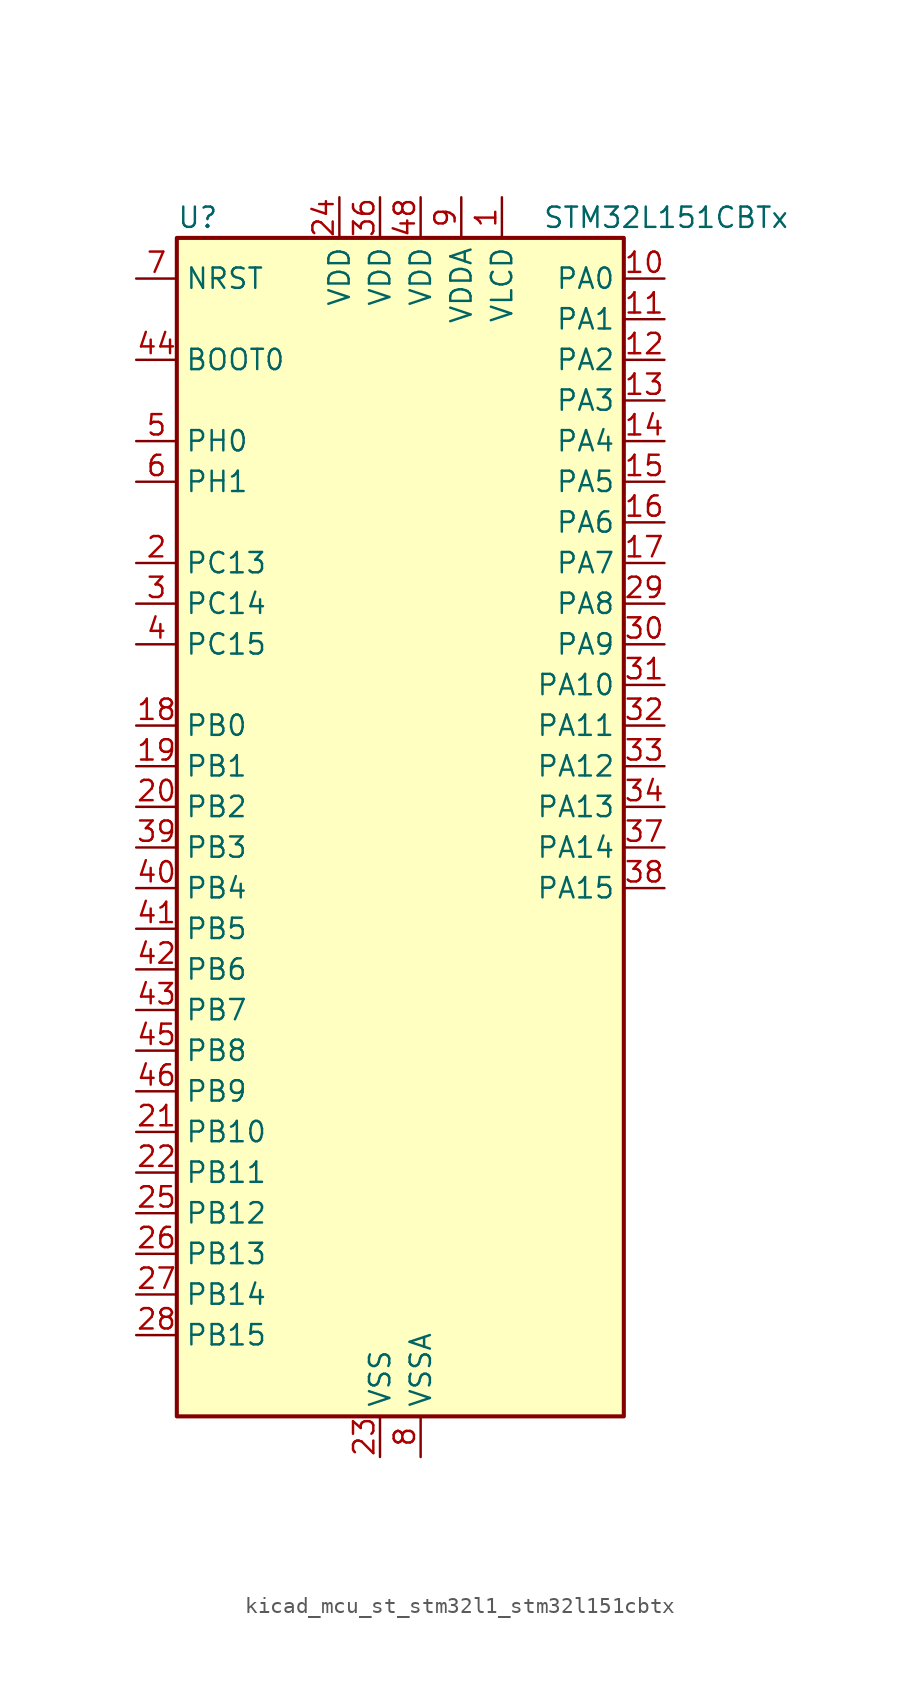
<source format=kicad_sym>
(kicad_symbol_lib
  (version 20220914)
  (generator kicad_symbol_editor)
  (symbol "kicad_mcu_st_stm32l1_stm32l151cbtx"
    (property "Reference" "U"
      (at -12.7 39.37 0)
      (effects (font (size 1.27 1.27)) (justify left)))
    (property "Value" "STM32L151CBTx"
      (at 10.16 39.37 0)
      (effects (font (size 1.27 1.27)) (justify left)))
    (property "ki_locked" ""
      (at 0 0 0)
      (effects (font (size 1.27 1.27))))
    (symbol "kicad_mcu_st_stm32l1_stm32l151cbtx_0_1"
      (rectangle (start -12.7 -35.56) (end 15.24 38.1) (stroke (width 0.254) (type default)) (fill (type background))))
    (symbol "kicad_mcu_st_stm32l1_stm32l151cbtx_1_1"
      (pin power_in line (at 7.62 40.64 270) (length 2.54) (name "VLCD" (effects (font (size 1.27 1.27)))) (number "1" (effects (font (size 1.27 1.27)))))
      (pin bidirectional line (at 17.78 35.56 180) (length 2.54) (name "PA0" (effects (font (size 1.27 1.27)))) (number "10" (effects (font (size 1.27 1.27)))) (alternate "ADC_IN0" bidirectional line) (alternate "COMP1_INP" bidirectional line) (alternate "SYS_WKUP1" bidirectional line) (alternate "TIM2_CH1" bidirectional line) (alternate "TIM2_ETR" bidirectional line) (alternate "TIMX_IC1" bidirectional line) (alternate "TS_G1_IO1" bidirectional line) (alternate "USART2_CTS" bidirectional line))
      (pin bidirectional line (at 17.78 33.02 180) (length 2.54) (name "PA1" (effects (font (size 1.27 1.27)))) (number "11" (effects (font (size 1.27 1.27)))) (alternate "ADC_IN1" bidirectional line) (alternate "COMP1_INP" bidirectional line) (alternate "TIM2_CH2" bidirectional line) (alternate "TIMX_IC2" bidirectional line) (alternate "TS_G1_IO2" bidirectional line) (alternate "USART2_RTS" bidirectional line))
      (pin bidirectional line (at 17.78 30.48 180) (length 2.54) (name "PA2" (effects (font (size 1.27 1.27)))) (number "12" (effects (font (size 1.27 1.27)))) (alternate "ADC_IN2" bidirectional line) (alternate "COMP1_INP" bidirectional line) (alternate "TIM2_CH3" bidirectional line) (alternate "TIM9_CH1" bidirectional line) (alternate "TIMX_IC3" bidirectional line) (alternate "TS_G1_IO3" bidirectional line) (alternate "USART2_TX" bidirectional line))
      (pin bidirectional line (at 17.78 27.94 180) (length 2.54) (name "PA3" (effects (font (size 1.27 1.27)))) (number "13" (effects (font (size 1.27 1.27)))) (alternate "ADC_IN3" bidirectional line) (alternate "COMP1_INP" bidirectional line) (alternate "TIM2_CH4" bidirectional line) (alternate "TIM9_CH2" bidirectional line) (alternate "TIMX_IC4" bidirectional line) (alternate "TS_G1_IO4" bidirectional line) (alternate "USART2_RX" bidirectional line))
      (pin bidirectional line (at 17.78 25.4 180) (length 2.54) (name "PA4" (effects (font (size 1.27 1.27)))) (number "14" (effects (font (size 1.27 1.27)))) (alternate "ADC_IN4" bidirectional line) (alternate "COMP1_INP" bidirectional line) (alternate "DAC_OUT1" bidirectional line) (alternate "SPI1_NSS" bidirectional line) (alternate "TIMX_IC1" bidirectional line) (alternate "USART2_CK" bidirectional line))
      (pin bidirectional line (at 17.78 22.86 180) (length 2.54) (name "PA5" (effects (font (size 1.27 1.27)))) (number "15" (effects (font (size 1.27 1.27)))) (alternate "ADC_IN5" bidirectional line) (alternate "COMP1_INP" bidirectional line) (alternate "DAC_OUT2" bidirectional line) (alternate "SPI1_SCK" bidirectional line) (alternate "TIM2_CH1" bidirectional line) (alternate "TIM2_ETR" bidirectional line) (alternate "TIMX_IC2" bidirectional line))
      (pin bidirectional line (at 17.78 20.32 180) (length 2.54) (name "PA6" (effects (font (size 1.27 1.27)))) (number "16" (effects (font (size 1.27 1.27)))) (alternate "ADC_IN6" bidirectional line) (alternate "COMP1_INP" bidirectional line) (alternate "SPI1_MISO" bidirectional line) (alternate "TIM10_CH1" bidirectional line) (alternate "TIM3_CH1" bidirectional line) (alternate "TIMX_IC3" bidirectional line) (alternate "TS_G2_IO1" bidirectional line))
      (pin bidirectional line (at 17.78 17.78 180) (length 2.54) (name "PA7" (effects (font (size 1.27 1.27)))) (number "17" (effects (font (size 1.27 1.27)))) (alternate "ADC_IN7" bidirectional line) (alternate "COMP1_INP" bidirectional line) (alternate "SPI1_MOSI" bidirectional line) (alternate "TIM11_CH1" bidirectional line) (alternate "TIM3_CH2" bidirectional line) (alternate "TIMX_IC4" bidirectional line) (alternate "TS_G2_IO2" bidirectional line))
      (pin bidirectional line (at -15.24 7.62 0) (length 2.54) (name "PB0" (effects (font (size 1.27 1.27)))) (number "18" (effects (font (size 1.27 1.27)))) (alternate "ADC_IN8" bidirectional line) (alternate "COMP1_INP" bidirectional line) (alternate "SYS_V_REF_OUT" bidirectional line) (alternate "TIM3_CH3" bidirectional line) (alternate "TS_G3_IO1" bidirectional line))
      (pin bidirectional line (at -15.24 5.08 0) (length 2.54) (name "PB1" (effects (font (size 1.27 1.27)))) (number "19" (effects (font (size 1.27 1.27)))) (alternate "ADC_IN9" bidirectional line) (alternate "COMP1_INP" bidirectional line) (alternate "SYS_V_REF_OUT" bidirectional line) (alternate "TIM3_CH4" bidirectional line) (alternate "TS_G3_IO2" bidirectional line))
      (pin bidirectional line (at -15.24 17.78 0) (length 2.54) (name "PC13" (effects (font (size 1.27 1.27)))) (number "2" (effects (font (size 1.27 1.27)))) (alternate "RTC_OUT_ALARM" bidirectional line) (alternate "RTC_OUT_CALIB" bidirectional line) (alternate "RTC_TAMP1" bidirectional line) (alternate "RTC_TS" bidirectional line) (alternate "SYS_WKUP2" bidirectional line) (alternate "TIMX_IC2" bidirectional line))
      (pin bidirectional line (at -15.24 2.54 0) (length 2.54) (name "PB2" (effects (font (size 1.27 1.27)))) (number "20" (effects (font (size 1.27 1.27)))))
      (pin bidirectional line (at -15.24 -17.78 0) (length 2.54) (name "PB10" (effects (font (size 1.27 1.27)))) (number "21" (effects (font (size 1.27 1.27)))) (alternate "I2C2_SCL" bidirectional line) (alternate "TIM2_CH3" bidirectional line) (alternate "USART3_TX" bidirectional line))
      (pin bidirectional line (at -15.24 -20.32 0) (length 2.54) (name "PB11" (effects (font (size 1.27 1.27)))) (number "22" (effects (font (size 1.27 1.27)))) (alternate "ADC_EXTI11" bidirectional line) (alternate "I2C2_SDA" bidirectional line) (alternate "TIM2_CH4" bidirectional line) (alternate "USART3_RX" bidirectional line))
      (pin power_in line (at 0 -38.1 90) (length 2.54) (name "VSS" (effects (font (size 1.27 1.27)))) (number "23" (effects (font (size 1.27 1.27)))))
      (pin power_in line (at -2.54 40.64 270) (length 2.54) (name "VDD" (effects (font (size 1.27 1.27)))) (number "24" (effects (font (size 1.27 1.27)))))
      (pin bidirectional line (at -15.24 -22.86 0) (length 2.54) (name "PB12" (effects (font (size 1.27 1.27)))) (number "25" (effects (font (size 1.27 1.27)))) (alternate "ADC_IN18" bidirectional line) (alternate "COMP1_INP" bidirectional line) (alternate "I2C2_SMBA" bidirectional line) (alternate "SPI2_NSS" bidirectional line) (alternate "TIM10_CH1" bidirectional line) (alternate "TS_G7_IO1" bidirectional line) (alternate "USART3_CK" bidirectional line))
      (pin bidirectional line (at -15.24 -25.4 0) (length 2.54) (name "PB13" (effects (font (size 1.27 1.27)))) (number "26" (effects (font (size 1.27 1.27)))) (alternate "ADC_IN19" bidirectional line) (alternate "COMP1_INP" bidirectional line) (alternate "SPI2_SCK" bidirectional line) (alternate "TIM9_CH1" bidirectional line) (alternate "TS_G7_IO2" bidirectional line) (alternate "USART3_CTS" bidirectional line))
      (pin bidirectional line (at -15.24 -27.94 0) (length 2.54) (name "PB14" (effects (font (size 1.27 1.27)))) (number "27" (effects (font (size 1.27 1.27)))) (alternate "ADC_IN20" bidirectional line) (alternate "COMP1_INP" bidirectional line) (alternate "SPI2_MISO" bidirectional line) (alternate "TIM9_CH2" bidirectional line) (alternate "TS_G7_IO3" bidirectional line) (alternate "USART3_RTS" bidirectional line))
      (pin bidirectional line (at -15.24 -30.48 0) (length 2.54) (name "PB15" (effects (font (size 1.27 1.27)))) (number "28" (effects (font (size 1.27 1.27)))) (alternate "ADC_EXTI15" bidirectional line) (alternate "ADC_IN21" bidirectional line) (alternate "COMP1_INP" bidirectional line) (alternate "RTC_REFIN" bidirectional line) (alternate "SPI2_MOSI" bidirectional line) (alternate "TIM11_CH1" bidirectional line) (alternate "TS_G7_IO4" bidirectional line))
      (pin bidirectional line (at 17.78 15.24 180) (length 2.54) (name "PA8" (effects (font (size 1.27 1.27)))) (number "29" (effects (font (size 1.27 1.27)))) (alternate "RCC_MCO" bidirectional line) (alternate "TIMX_IC1" bidirectional line) (alternate "TS_G4_IO1" bidirectional line) (alternate "USART1_CK" bidirectional line))
      (pin bidirectional line (at -15.24 15.24 0) (length 2.54) (name "PC14" (effects (font (size 1.27 1.27)))) (number "3" (effects (font (size 1.27 1.27)))) (alternate "RCC_OSC32_IN" bidirectional line) (alternate "TIMX_IC3" bidirectional line))
      (pin bidirectional line (at 17.78 12.7 180) (length 2.54) (name "PA9" (effects (font (size 1.27 1.27)))) (number "30" (effects (font (size 1.27 1.27)))) (alternate "DAC_EXTI9" bidirectional line) (alternate "TIMX_IC2" bidirectional line) (alternate "TS_G4_IO2" bidirectional line) (alternate "USART1_TX" bidirectional line))
      (pin bidirectional line (at 17.78 10.16 180) (length 2.54) (name "PA10" (effects (font (size 1.27 1.27)))) (number "31" (effects (font (size 1.27 1.27)))) (alternate "TIMX_IC3" bidirectional line) (alternate "TS_G4_IO3" bidirectional line) (alternate "USART1_RX" bidirectional line))
      (pin bidirectional line (at 17.78 7.62 180) (length 2.54) (name "PA11" (effects (font (size 1.27 1.27)))) (number "32" (effects (font (size 1.27 1.27)))) (alternate "ADC_EXTI11" bidirectional line) (alternate "SPI1_MISO" bidirectional line) (alternate "TIMX_IC4" bidirectional line) (alternate "USART1_CTS" bidirectional line) (alternate "USB_DM" bidirectional line))
      (pin bidirectional line (at 17.78 5.08 180) (length 2.54) (name "PA12" (effects (font (size 1.27 1.27)))) (number "33" (effects (font (size 1.27 1.27)))) (alternate "SPI1_MOSI" bidirectional line) (alternate "TIMX_IC1" bidirectional line) (alternate "USART1_RTS" bidirectional line) (alternate "USB_DP" bidirectional line))
      (pin bidirectional line (at 17.78 2.54 180) (length 2.54) (name "PA13" (effects (font (size 1.27 1.27)))) (number "34" (effects (font (size 1.27 1.27)))) (alternate "SYS_JTMS-SWDIO" bidirectional line) (alternate "TIMX_IC2" bidirectional line) (alternate "TS_G5_IO1" bidirectional line))
      (pin passive line (at 0 -38.1 90) (length 2.54) hide (name "VSS" (effects (font (size 1.27 1.27)))) (number "35" (effects (font (size 1.27 1.27)))))
      (pin power_in line (at 0 40.64 270) (length 2.54) (name "VDD" (effects (font (size 1.27 1.27)))) (number "36" (effects (font (size 1.27 1.27)))))
      (pin bidirectional line (at 17.78 0 180) (length 2.54) (name "PA14" (effects (font (size 1.27 1.27)))) (number "37" (effects (font (size 1.27 1.27)))) (alternate "SYS_JTCK-SWCLK" bidirectional line) (alternate "TIMX_IC3" bidirectional line) (alternate "TS_G5_IO2" bidirectional line))
      (pin bidirectional line (at 17.78 -2.54 180) (length 2.54) (name "PA15" (effects (font (size 1.27 1.27)))) (number "38" (effects (font (size 1.27 1.27)))) (alternate "ADC_EXTI15" bidirectional line) (alternate "SPI1_NSS" bidirectional line) (alternate "SYS_JTDI" bidirectional line) (alternate "TIM2_CH1" bidirectional line) (alternate "TIM2_ETR" bidirectional line) (alternate "TIMX_IC4" bidirectional line) (alternate "TS_G5_IO3" bidirectional line))
      (pin bidirectional line (at -15.24 0 0) (length 2.54) (name "PB3" (effects (font (size 1.27 1.27)))) (number "39" (effects (font (size 1.27 1.27)))) (alternate "COMP2_INM" bidirectional line) (alternate "SPI1_SCK" bidirectional line) (alternate "SYS_JTDO-TRACESWO" bidirectional line) (alternate "TIM2_CH2" bidirectional line))
      (pin bidirectional line (at -15.24 12.7 0) (length 2.54) (name "PC15" (effects (font (size 1.27 1.27)))) (number "4" (effects (font (size 1.27 1.27)))) (alternate "ADC_EXTI15" bidirectional line) (alternate "RCC_OSC32_OUT" bidirectional line) (alternate "TIMX_IC4" bidirectional line))
      (pin bidirectional line (at -15.24 -2.54 0) (length 2.54) (name "PB4" (effects (font (size 1.27 1.27)))) (number "40" (effects (font (size 1.27 1.27)))) (alternate "COMP2_INP" bidirectional line) (alternate "SPI1_MISO" bidirectional line) (alternate "SYS_JTRST" bidirectional line) (alternate "TIM3_CH1" bidirectional line) (alternate "TS_G6_IO1" bidirectional line))
      (pin bidirectional line (at -15.24 -5.08 0) (length 2.54) (name "PB5" (effects (font (size 1.27 1.27)))) (number "41" (effects (font (size 1.27 1.27)))) (alternate "COMP2_INP" bidirectional line) (alternate "I2C1_SMBA" bidirectional line) (alternate "SPI1_MOSI" bidirectional line) (alternate "TIM3_CH2" bidirectional line) (alternate "TS_G6_IO2" bidirectional line))
      (pin bidirectional line (at -15.24 -7.62 0) (length 2.54) (name "PB6" (effects (font (size 1.27 1.27)))) (number "42" (effects (font (size 1.27 1.27)))) (alternate "I2C1_SCL" bidirectional line) (alternate "TIM4_CH1" bidirectional line) (alternate "USART1_TX" bidirectional line))
      (pin bidirectional line (at -15.24 -10.16 0) (length 2.54) (name "PB7" (effects (font (size 1.27 1.27)))) (number "43" (effects (font (size 1.27 1.27)))) (alternate "I2C1_SDA" bidirectional line) (alternate "SYS_PVD_IN" bidirectional line) (alternate "TIM4_CH2" bidirectional line) (alternate "USART1_RX" bidirectional line))
      (pin input line (at -15.24 30.48 0) (length 2.54) (name "BOOT0" (effects (font (size 1.27 1.27)))) (number "44" (effects (font (size 1.27 1.27)))))
      (pin bidirectional line (at -15.24 -12.7 0) (length 2.54) (name "PB8" (effects (font (size 1.27 1.27)))) (number "45" (effects (font (size 1.27 1.27)))) (alternate "I2C1_SCL" bidirectional line) (alternate "TIM10_CH1" bidirectional line) (alternate "TIM4_CH3" bidirectional line))
      (pin bidirectional line (at -15.24 -15.24 0) (length 2.54) (name "PB9" (effects (font (size 1.27 1.27)))) (number "46" (effects (font (size 1.27 1.27)))) (alternate "DAC_EXTI9" bidirectional line) (alternate "I2C1_SDA" bidirectional line) (alternate "TIM11_CH1" bidirectional line) (alternate "TIM4_CH4" bidirectional line))
      (pin passive line (at 0 -38.1 90) (length 2.54) hide (name "VSS" (effects (font (size 1.27 1.27)))) (number "47" (effects (font (size 1.27 1.27)))))
      (pin power_in line (at 2.54 40.64 270) (length 2.54) (name "VDD" (effects (font (size 1.27 1.27)))) (number "48" (effects (font (size 1.27 1.27)))))
      (pin bidirectional line (at -15.24 25.4 0) (length 2.54) (name "PH0" (effects (font (size 1.27 1.27)))) (number "5" (effects (font (size 1.27 1.27)))) (alternate "RCC_OSC_IN" bidirectional line))
      (pin bidirectional line (at -15.24 22.86 0) (length 2.54) (name "PH1" (effects (font (size 1.27 1.27)))) (number "6" (effects (font (size 1.27 1.27)))) (alternate "RCC_OSC_OUT" bidirectional line))
      (pin input line (at -15.24 35.56 0) (length 2.54) (name "NRST" (effects (font (size 1.27 1.27)))) (number "7" (effects (font (size 1.27 1.27)))))
      (pin power_in line (at 2.54 -38.1 90) (length 2.54) (name "VSSA" (effects (font (size 1.27 1.27)))) (number "8" (effects (font (size 1.27 1.27)))))
      (pin power_in line (at 5.08 40.64 270) (length 2.54) (name "VDDA" (effects (font (size 1.27 1.27)))) (number "9" (effects (font (size 1.27 1.27))))))))
</source>
